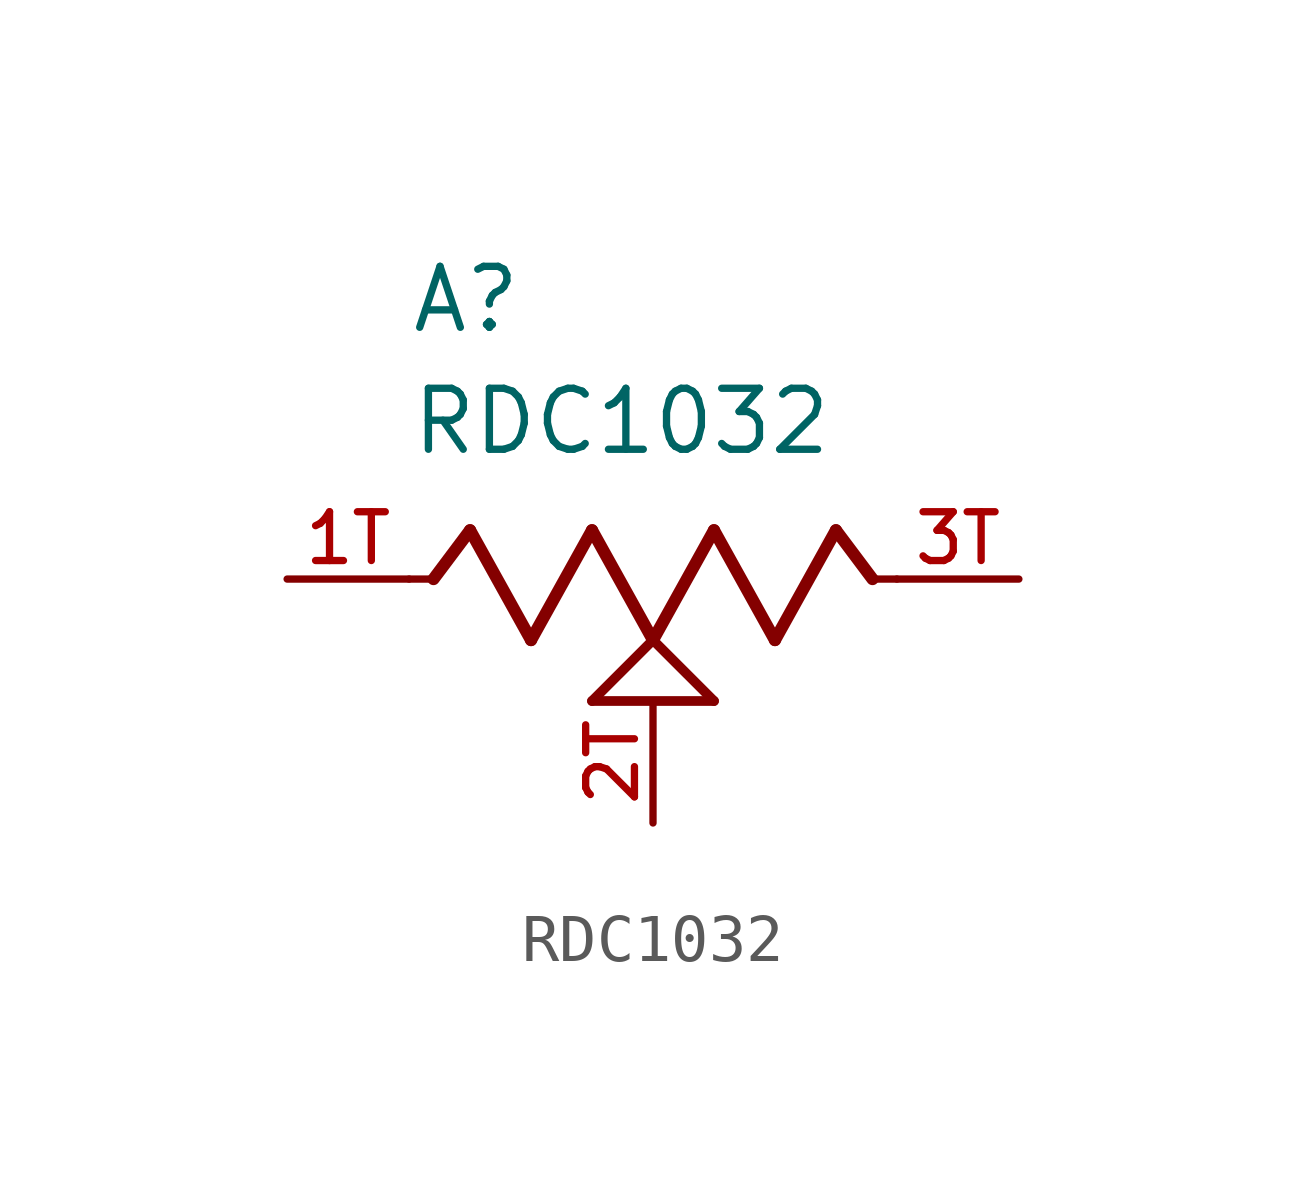
<source format=kicad_sym>
(kicad_symbol_lib
  (version 20211014)
  (generator kicad_symbol_editor)
  (symbol "RDC1032"
    (pin_names
      (offset 1.016))
    (property "Reference" "A"
      (at -5.08 5.08 0)
      (effects (font (size 1.27 1.27)) (justify bottom left)))
    (property "Value" "RDC1032"
      (at -5.08 2.54 0)
      (effects (font (size 1.27 1.27)) (justify bottom left)))
    (symbol "RDC1032_0_0"
      (polyline (pts (xy -5.08 0.0) (xy -4.572 0.0)) (stroke (width 0.152)))
      (polyline (pts (xy -4.572 0.0) (xy -3.81 1.016)) (stroke (width 0.254)))
      (polyline (pts (xy -3.81 1.016) (xy -2.54 -1.27)) (stroke (width 0.254)))
      (polyline (pts (xy -2.54 -1.27) (xy -1.27 1.016)) (stroke (width 0.254)))
      (polyline (pts (xy -1.27 1.016) (xy 0.0 -1.27)) (stroke (width 0.254)))
      (polyline (pts (xy 0.0 -1.27) (xy 1.27 1.016)) (stroke (width 0.254)))
      (polyline (pts (xy 1.27 1.016) (xy 2.54 -1.27)) (stroke (width 0.254)))
      (polyline (pts (xy 2.54 -1.27) (xy 3.81 1.016)) (stroke (width 0.254)))
      (polyline (pts (xy 3.81 1.016) (xy 4.572 0.0)) (stroke (width 0.254)))
      (polyline (pts (xy 4.572 0.0) (xy 5.08 0.0)) (stroke (width 0.152)))
      (polyline (pts (xy 0.0 -1.27) (xy 1.27 -2.54)) (stroke (width 0.203)))
      (polyline (pts (xy -1.27 -2.54) (xy 0.0 -1.27)) (stroke (width 0.203)))
      (polyline (pts (xy 1.27 -2.54) (xy -1.27 -2.54)) (stroke (width 0.203)))
      (pin passive line (at -7.62 0.0 0) (length 2.54) (name "~" (effects (font (size 1.016 1.016)))) (number "1T" (effects (font (size 1.016 1.016)))))
      (pin passive line (at 7.62 0.0 180.0) (length 2.54) (name "~" (effects (font (size 1.016 1.016)))) (number "3T" (effects (font (size 1.016 1.016)))))
      (pin passive line (at 0.0 -5.08 90.0) (length 2.54) (name "~" (effects (font (size 1.016 1.016)))) (number "2T" (effects (font (size 1.016 1.016))))))))
</source>
